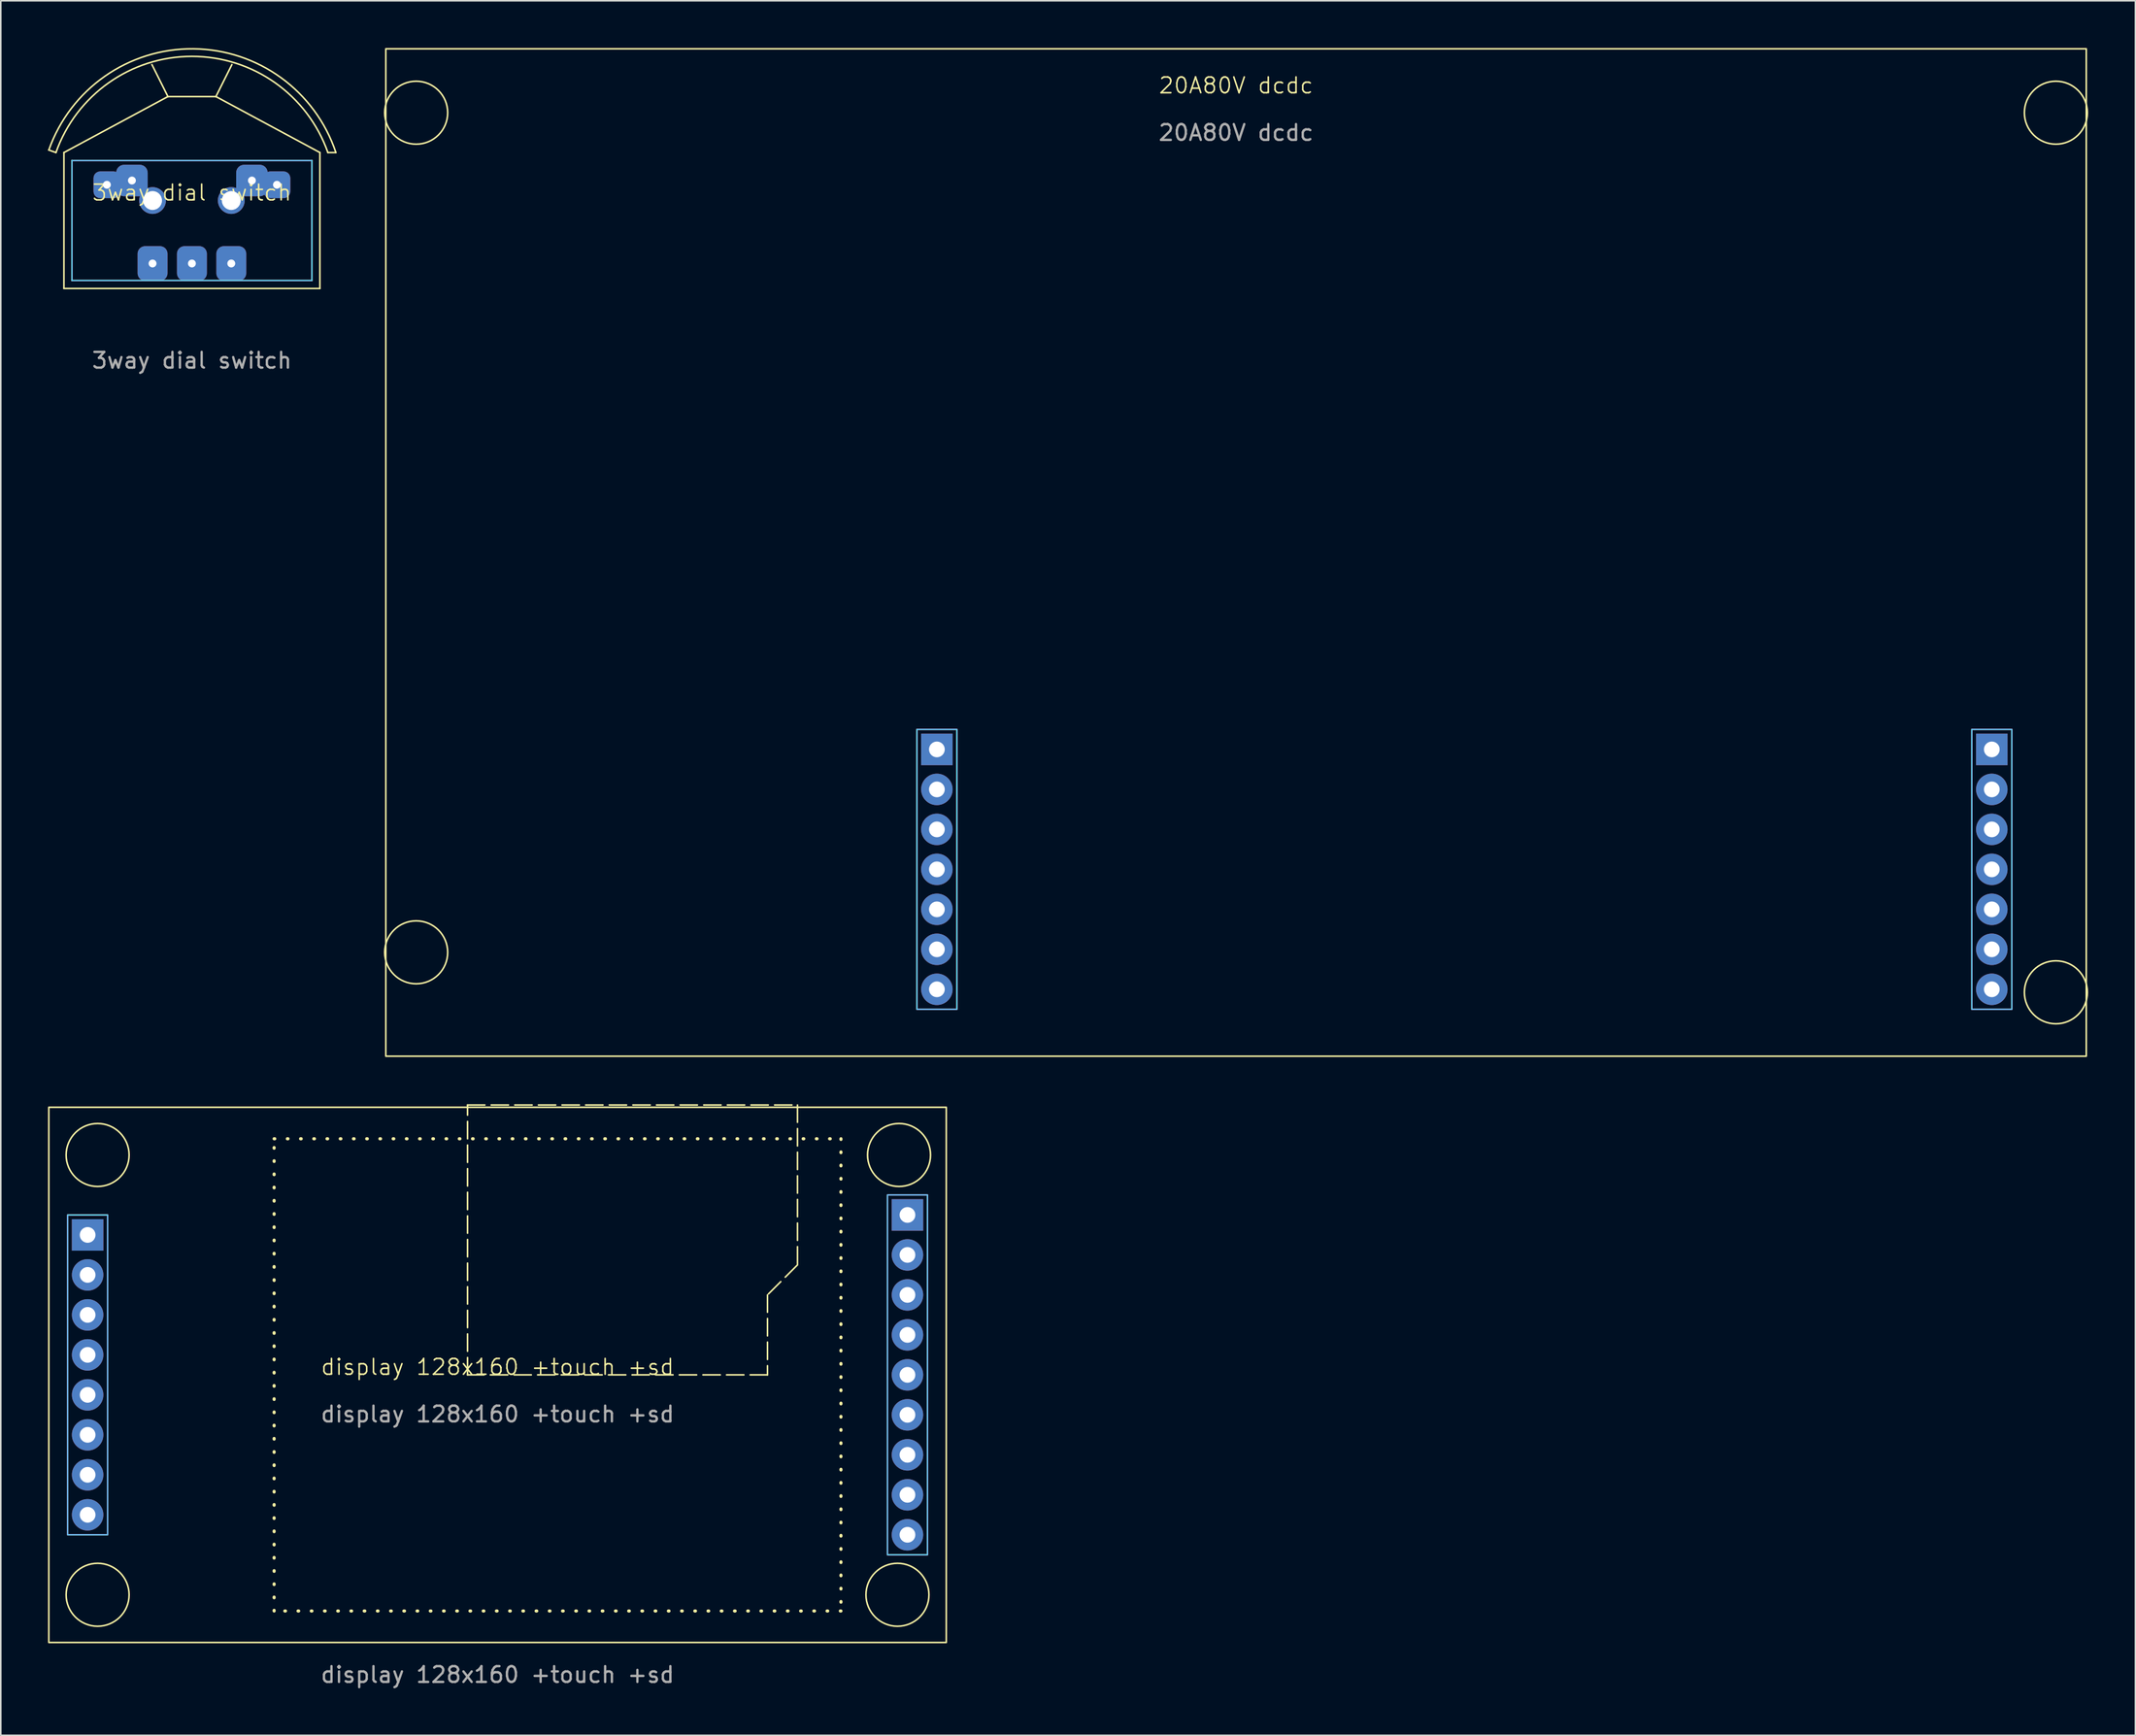
<source format=kicad_pcb>
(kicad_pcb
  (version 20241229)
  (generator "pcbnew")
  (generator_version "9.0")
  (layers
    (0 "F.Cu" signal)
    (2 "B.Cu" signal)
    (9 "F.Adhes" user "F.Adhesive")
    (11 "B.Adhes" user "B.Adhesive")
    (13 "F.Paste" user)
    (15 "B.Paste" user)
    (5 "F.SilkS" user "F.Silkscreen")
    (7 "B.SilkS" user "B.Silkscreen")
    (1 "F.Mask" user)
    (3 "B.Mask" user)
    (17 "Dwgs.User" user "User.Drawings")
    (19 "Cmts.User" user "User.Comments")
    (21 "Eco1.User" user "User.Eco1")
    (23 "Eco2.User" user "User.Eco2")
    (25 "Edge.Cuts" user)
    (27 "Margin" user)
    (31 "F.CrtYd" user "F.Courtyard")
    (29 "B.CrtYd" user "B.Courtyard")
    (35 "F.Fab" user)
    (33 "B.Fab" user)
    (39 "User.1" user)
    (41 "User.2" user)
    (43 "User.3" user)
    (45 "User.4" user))
  (footprint "3way dial switch"
    (layer "F.Cu")
    (at 9.139 9.689)
    (property "Reference" "3way dial switch" (at 0 -0.5 0) (unlocked yes) (layer "F.SilkS") (effects (font (size 1 1) (thickness 0.1))))
    (attr smd)
    (fp_line (start -8.636 -3.048) (end -9.089 -3.208) (stroke (width 0.1) (type default)) (layer "F.SilkS"))
    (fp_line (start -8.128 -3.048) (end -8.128 5.588) (stroke (width 0.1) (type default)) (layer "F.SilkS"))
    (fp_line (start -8.128 5.588) (end 8.128 5.588) (stroke (width 0.1) (type default)) (layer "F.SilkS"))
    (fp_line (start -1.524 -6.604) (end -8.128 -3.048) (stroke (width 0.1) (type default)) (layer "F.SilkS"))
    (fp_line (start -1.524 -6.604) (end -2.54 -8.636) (stroke (width 0.1) (type default)) (layer "F.SilkS"))
    (fp_line (start 1.524 -6.604) (end -1.524 -6.604) (stroke (width 0.1) (type default)) (layer "F.SilkS"))
    (fp_line (start 1.524 -6.604) (end 2.54 -8.636) (stroke (width 0.1) (type default)) (layer "F.SilkS"))
    (fp_line (start 8.128 -3.048) (end 1.524 -6.604) (stroke (width 0.1) (type default)) (layer "F.SilkS"))
    (fp_line (start 8.128 5.588) (end 8.128 -3.048) (stroke (width 0.1) (type default)) (layer "F.SilkS"))
    (fp_line (start 8.636 -3.048) (end 9.144 -3.048) (stroke (width 0.1) (type default)) (layer "F.SilkS"))
    (fp_arc (start -9.089127 -3.207927) (mid 0.084539 -9.638251) (end 9.144 -3.048) (stroke (width 0.1) (type default)) (layer "F.SilkS"))
    (fp_arc (start -8.636 -3.048) (mid 0 -9.1581) (end 8.636 -3.048) (stroke (width 0.1) (type default)) (layer "F.SilkS"))
    (fp_line (start -7.62 -2.54) (end 7.62 -2.54) (stroke (width 0.05) (type default)) (layer "B.CrtYd"))
    (fp_line (start -7.62 5.08) (end -7.62 -2.54) (stroke (width 0.05) (type default)) (layer "B.CrtYd"))
    (fp_line (start 7.62 -2.54) (end 7.62 5.08) (stroke (width 0.05) (type default)) (layer "B.CrtYd"))
    (fp_line (start 7.62 5.08) (end -7.62 5.08) (stroke (width 0.05) (type default)) (layer "B.CrtYd"))
    (fp_line (start -7.62 -2.54) (end 7.62 -2.54) (stroke (width 0.05) (type default)) (layer "F.CrtYd"))
    (fp_line (start -7.62 5.08) (end -7.62 -2.54) (stroke (width 0.05) (type default)) (layer "F.CrtYd"))
    (fp_line (start 7.62 -2.54) (end 7.62 5.08) (stroke (width 0.05) (type default)) (layer "F.CrtYd"))
    (fp_line (start 7.62 5.08) (end -7.62 5.08) (stroke (width 0.05) (type default)) (layer "F.CrtYd"))
    (fp_line (start -7.62 -2.54) (end 7.62 -2.54) (stroke (width 0.1) (type default)) (layer "F.Fab"))
    (fp_line (start -7.62 5.08) (end -7.62 -2.54) (stroke (width 0.1) (type default)) (layer "F.Fab"))
    (fp_line (start 7.62 -2.54) (end 7.62 5.08) (stroke (width 0.1) (type default)) (layer "F.Fab"))
    (fp_line (start 7.62 5.08) (end -7.62 5.08) (stroke (width 0.1) (type default)) (layer "F.Fab"))
    (fp_text user "${REFERENCE}" (at 0 10.16 0) (unlocked yes) (layer "F.Fab") (effects (font (size 1 1) (thickness 0.15))))
    (pad "1" thru_hole roundrect (at -2.5 4) (size 1.9 2.2) (drill 0.5) (layers "*.Cu" "*.Mask") (roundrect_rratio 0.25))
    (pad "2" thru_hole roundrect (at 0 4) (size 1.9 2.2) (drill 0.5) (layers "*.Cu" "*.Mask") (roundrect_rratio 0.25))
    (pad "3" thru_hole roundrect (at 2.5 4) (size 1.9 2.2) (drill 0.5) (layers "*.Cu" "*.Mask") (roundrect_rratio 0.25))
    (pad "4" thru_hole roundrect (at -5.4 -1) (size 1.7 1.7) (drill 0.5) (layers "*.Cu" "*.Mask") (roundrect_rratio 0.25))
    (pad "4" thru_hole roundrect (at -3.81 -1.27) (size 2 2) (drill 0.5) (layers "*.Cu" "*.Mask") (roundrect_rratio 0.25))
    (pad "4" thru_hole circle (at -2.5 0) (size 1.7 1.7) (drill 1.2) (layers "*.Cu" "*.Mask"))
    (pad "4" thru_hole circle (at 2.5 0) (size 1.7 1.7) (drill 1.2) (layers "*.Cu" "F.Mask"))
    (pad "4" thru_hole roundrect (at 3.81 -1.27) (size 2 2) (drill 0.5) (layers "*.Cu" "*.Mask") (roundrect_rratio 0.25))
    (pad "4" thru_hole roundrect (at 5.4 -1) (size 1.7 1.7) (drill 0.5) (layers "*.Cu" "*.Mask") (roundrect_rratio 0.25)))
  (footprint "display 128x160 +touch +sd"
    (layer "F.Cu")
    (at 28.55 84.295)
    (property "Reference" "display 128x160 +touch +sd" (at 0 -0.5 0) (unlocked yes) (layer "F.SilkS") (effects (font (size 1 1) (thickness 0.1))))
    (attr through_hole)
    (fp_rect (start -28.5 -17) (end 28.5 17) (stroke (width 0.1) (type default)) (fill no) (layer "F.SilkS"))
    (fp_rect (start -14.19 -15) (end 21.81 15) (stroke (width 0.2) (type dot)) (fill yes) (layer "F.SilkS"))
    (fp_circle (center -25.4 -13.97) (end -23.4 -13.97) (stroke (width 0.1) (type default)) (fill no) (layer "F.SilkS"))
    (fp_circle (center -25.4 13.97) (end -23.4 13.97) (stroke (width 0.1) (type default)) (fill no) (layer "F.SilkS"))
    (fp_circle (center 25.4 13.97) (end 27.4 13.97) (stroke (width 0.1) (type default)) (fill no) (layer "F.SilkS"))
    (fp_circle (center 25.5 -13.97) (end 27.5 -13.97) (stroke (width 0.1) (type default)) (fill no) (layer "F.SilkS"))
    (fp_poly (pts (xy 19.05 -17.145) (xy 19.05 -6.985) (xy 17.145 -5.08) (xy 17.145 0) (xy -1.905 0) (xy -1.905 -17.145)) (stroke (width 0.1) (type dash)) (fill yes) (layer "F.SilkS"))
    (fp_rect (start -27.305 -10.16) (end -24.765 10.16) (stroke (width 0.05) (type default)) (fill no) (layer "B.CrtYd"))
    (fp_rect (start 24.765 -11.43) (end 27.305 11.43) (stroke (width 0.05) (type default)) (fill no) (layer "B.CrtYd"))
    (fp_rect (start -27.305 -10.16) (end -24.765 10.16) (stroke (width 0.05) (type default)) (fill no) (layer "F.CrtYd"))
    (fp_rect (start 24.765 -11.43) (end 27.305 11.43) (stroke (width 0.05) (type default)) (fill no) (layer "F.CrtYd"))
    (fp_rect (start -27.305 -10.16) (end -24.765 10.16) (stroke (width 0.1) (type default)) (fill no) (layer "F.Fab"))
    (fp_rect (start 24.765 -11.43) (end 27.305 11.43) (stroke (width 0.1) (type default)) (fill no) (layer "F.Fab"))
    (fp_text user "${REFERENCE}" (at 0 19.05 0) (unlocked yes) (layer "F.Fab") (effects (font (size 1 1) (thickness 0.15))))
    (fp_text user "${REFERENCE}" (at 0 2.5 0) (unlocked yes) (layer "F.Fab") (effects (font (size 1 1) (thickness 0.15))))
    (pad "1" thru_hole rect (at -26.035 -8.89) (size 2 2) (drill 1) (layers "*.Cu" "*.Mask"))
    (pad "2" thru_hole circle (at -26.035 -6.35) (size 2 2) (drill 1) (layers "*.Cu" "*.Mask"))
    (pad "3" thru_hole circle (at -26.035 -3.81) (size 2 2) (drill 1) (layers "*.Cu" "*.Mask"))
    (pad "4" thru_hole circle (at -26.035 -1.27) (size 2 2) (drill 1) (layers "*.Cu" "*.Mask"))
    (pad "5" thru_hole circle (at -26.035 1.27) (size 2 2) (drill 1) (layers "*.Cu" "*.Mask"))
    (pad "6" thru_hole circle (at -26.035 3.81) (size 2 2) (drill 1) (layers "*.Cu" "*.Mask"))
    (pad "7" thru_hole circle (at -26.035 6.35) (size 2 2) (drill 1) (layers "*.Cu" "*.Mask"))
    (pad "8" thru_hole circle (at -26.035 8.89) (size 2 2) (drill 1) (layers "*.Cu" "*.Mask"))
    (pad "9" thru_hole rect (at 26.035 -10.16) (size 2 2) (drill 1) (layers "*.Cu" "*.Mask"))
    (pad "10" thru_hole circle (at 26.035 -7.62) (size 2 2) (drill 1) (layers "*.Cu" "*.Mask"))
    (pad "11" thru_hole circle (at 26.035 -5.08) (size 2 2) (drill 1) (layers "*.Cu" "*.Mask"))
    (pad "12" thru_hole circle (at 26.035 -2.54) (size 2 2) (drill 1) (layers "*.Cu" "*.Mask"))
    (pad "13" thru_hole circle (at 26.035 0) (size 2 2) (drill 1) (layers "*.Cu" "*.Mask"))
    (pad "14" thru_hole circle (at 26.035 2.54) (size 2 2) (drill 1) (layers "*.Cu" "*.Mask"))
    (pad "15" thru_hole circle (at 26.035 5.08) (size 2 2) (drill 1) (layers "*.Cu" "*.Mask"))
    (pad "16" thru_hole circle (at 26.035 7.62) (size 2 2) (drill 1) (layers "*.Cu" "*.Mask"))
    (pad "17" thru_hole circle (at 26.035 10.16) (size 2 2) (drill 1) (layers "*.Cu" "*.Mask")))
  (footprint "20A80V dcdc"
    (layer "F.Cu")
    (at 75.453 32.05)
    (property "Reference" "20A80V dcdc" (at 0 -29.67 0) (unlocked yes) (layer "F.SilkS") (effects (font (size 1 1) (thickness 0.1))))
    (attr through_hole)
    (fp_rect (start -54 -32) (end 54 32) (stroke (width 0.1) (type default)) (fill no) (layer "F.SilkS"))
    (fp_circle (center -52.07 -27.94) (end -50.07 -27.94) (stroke (width 0.1) (type default)) (fill no) (layer "F.SilkS"))
    (fp_circle (center -52.07 25.4) (end -50.07 25.4) (stroke (width 0.1) (type default)) (fill no) (layer "F.SilkS"))
    (fp_circle (center 52.07 -27.94) (end 54.07 -27.94) (stroke (width 0.1) (type default)) (fill no) (layer "F.SilkS"))
    (fp_circle (center 52.07 27.94) (end 54.07 27.94) (stroke (width 0.1) (type default)) (fill no) (layer "F.SilkS"))
    (fp_rect (start -20.27 11.24) (end -17.73 29.02) (stroke (width 0.05) (type default)) (fill no) (layer "B.CrtYd"))
    (fp_rect (start 46.73 11.24) (end 49.27 29.02) (stroke (width 0.05) (type default)) (fill no) (layer "B.CrtYd"))
    (fp_rect (start -20.27 11.24) (end -17.73 29.02) (stroke (width 0.05) (type default)) (fill no) (layer "F.CrtYd"))
    (fp_rect (start 46.73 11.24) (end 49.27 29.02) (stroke (width 0.05) (type default)) (fill no) (layer "F.CrtYd"))
    (fp_rect (start -20.27 11.24) (end -17.73 29.02) (stroke (width 0.1) (type default)) (fill no) (layer "F.Fab"))
    (fp_rect (start 46.73 11.24) (end 49.27 29.02) (stroke (width 0.1) (type default)) (fill no) (layer "F.Fab"))
    (fp_text user "${REFERENCE}" (at 0 -26.67 0) (unlocked yes) (layer "F.Fab") (effects (font (size 1 1) (thickness 0.15))))
    (pad "1" thru_hole rect (at -19 12.51) (size 2 2) (drill 1) (layers "*.Cu" "*.Mask"))
    (pad "2" thru_hole circle (at -19 15.05) (size 2 2) (drill 1) (layers "*.Cu" "*.Mask"))
    (pad "3" thru_hole circle (at -19 17.59) (size 2 2) (drill 1) (layers "*.Cu" "*.Mask"))
    (pad "4" thru_hole circle (at -19 20.13) (size 2 2) (drill 1) (layers "*.Cu" "*.Mask"))
    (pad "5" thru_hole circle (at -19 22.67) (size 2 2) (drill 1) (layers "*.Cu" "*.Mask"))
    (pad "6" thru_hole circle (at -19 25.21) (size 2 2) (drill 1) (layers "*.Cu" "*.Mask"))
    (pad "7" thru_hole circle (at -19 27.75) (size 2 2) (drill 1) (layers "*.Cu" "*.Mask"))
    (pad "8" thru_hole rect (at 48 12.51) (size 2 2) (drill 1) (layers "*.Cu" "*.Mask"))
    (pad "9" thru_hole circle (at 48 15.05) (size 2 2) (drill 1) (layers "*.Cu" "*.Mask"))
    (pad "10" thru_hole circle (at 48 17.59) (size 2 2) (drill 1) (layers "*.Cu" "*.Mask"))
    (pad "11" thru_hole circle (at 48 20.13) (size 2 2) (drill 1) (layers "*.Cu" "*.Mask"))
    (pad "12" thru_hole circle (at 48 22.67) (size 2 2) (drill 1) (layers "*.Cu" "*.Mask"))
    (pad "13" thru_hole circle (at 48 25.21) (size 2 2) (drill 1) (layers "*.Cu" "*.Mask"))
    (pad "14" thru_hole circle (at 48 27.75) (size 2 2) (drill 1) (layers "*.Cu" "*.Mask")))
  (gr_rect
    (start -3 -3)
    (end 132.573 107.193)
    (stroke (width 0.1) (type default))
    (fill no)
    (layer "Edge.Cuts")))
</source>
